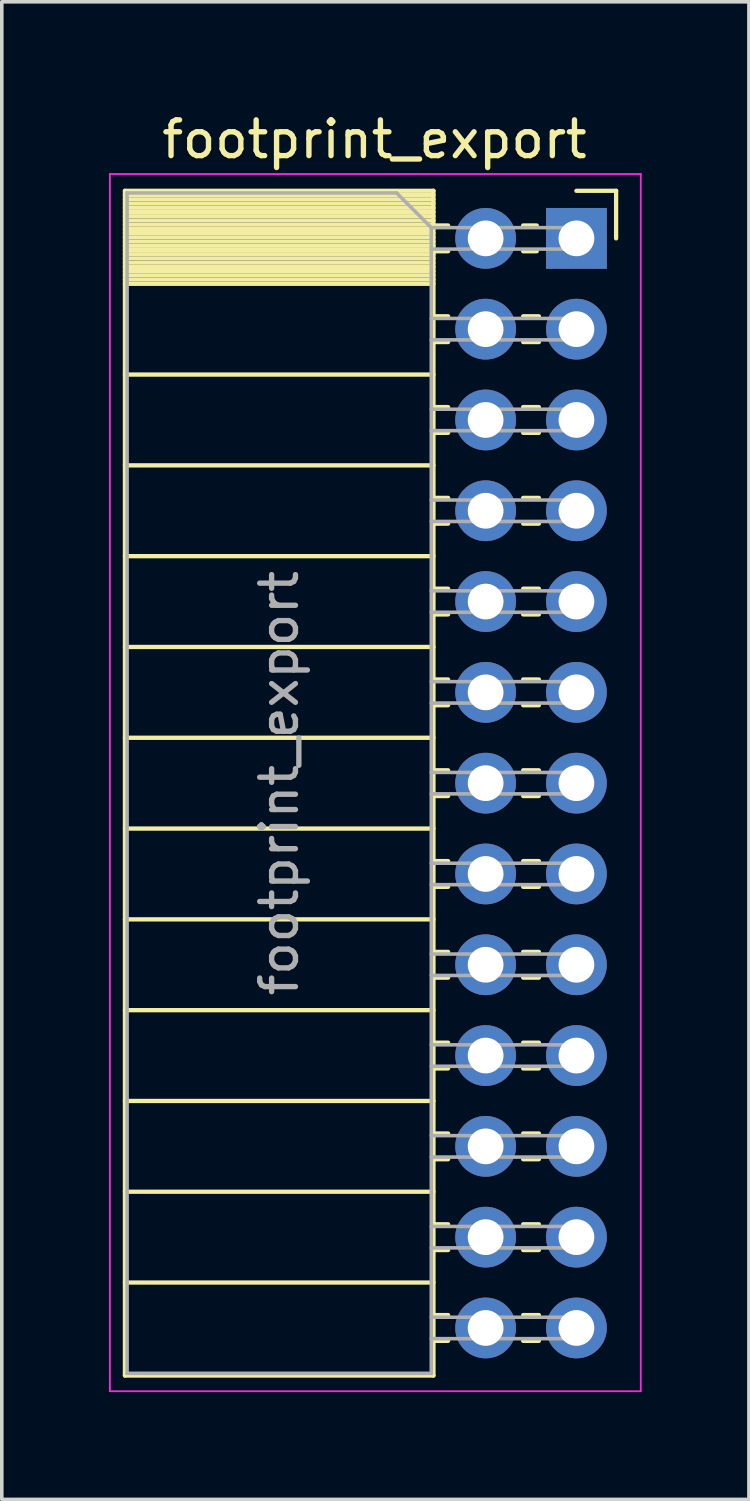
<source format=kicad_pcb>
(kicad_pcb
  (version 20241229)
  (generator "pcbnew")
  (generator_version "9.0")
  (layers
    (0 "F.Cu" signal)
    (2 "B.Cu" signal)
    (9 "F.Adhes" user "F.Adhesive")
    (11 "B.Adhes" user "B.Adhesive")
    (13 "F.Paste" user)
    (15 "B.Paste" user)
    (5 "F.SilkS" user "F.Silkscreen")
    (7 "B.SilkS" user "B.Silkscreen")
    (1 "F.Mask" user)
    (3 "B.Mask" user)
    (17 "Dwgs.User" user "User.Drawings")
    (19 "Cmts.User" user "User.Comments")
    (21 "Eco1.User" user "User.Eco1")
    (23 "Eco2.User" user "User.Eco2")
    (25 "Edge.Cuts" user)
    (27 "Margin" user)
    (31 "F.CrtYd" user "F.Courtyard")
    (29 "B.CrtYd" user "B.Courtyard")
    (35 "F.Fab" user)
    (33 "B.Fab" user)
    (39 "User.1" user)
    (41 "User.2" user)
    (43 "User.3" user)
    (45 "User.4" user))
  (footprint "footprint_export"
    (layer "F.Cu")
    (at 13.075 3.618)
    (property "Reference" "footprint_export" (at -5.65 -2.77 0) (layer "F.SilkS") (effects (font (size 1 1) (thickness 0.15))))
    (attr through_hole)
    (fp_line (start -12.63 -1.33) (end -12.63 31.81) (stroke (width 0.12) (type solid)) (layer "F.SilkS"))
    (fp_line (start -12.63 -1.33) (end -4 -1.33) (stroke (width 0.12) (type solid)) (layer "F.SilkS"))
    (fp_line (start -12.63 -1.21) (end -4 -1.21) (stroke (width 0.12) (type solid)) (layer "F.SilkS"))
    (fp_line (start -12.63 -1.092) (end -4 -1.092) (stroke (width 0.12) (type solid)) (layer "F.SilkS"))
    (fp_line (start -12.63 -0.974) (end -4 -0.974) (stroke (width 0.12) (type solid)) (layer "F.SilkS"))
    (fp_line (start -12.63 -0.856) (end -4 -0.856) (stroke (width 0.12) (type solid)) (layer "F.SilkS"))
    (fp_line (start -12.63 -0.738) (end -4 -0.738) (stroke (width 0.12) (type solid)) (layer "F.SilkS"))
    (fp_line (start -12.63 -0.62) (end -4 -0.62) (stroke (width 0.12) (type solid)) (layer "F.SilkS"))
    (fp_line (start -12.63 -0.501) (end -4 -0.501) (stroke (width 0.12) (type solid)) (layer "F.SilkS"))
    (fp_line (start -12.63 -0.383) (end -4 -0.383) (stroke (width 0.12) (type solid)) (layer "F.SilkS"))
    (fp_line (start -12.63 -0.265) (end -4 -0.265) (stroke (width 0.12) (type solid)) (layer "F.SilkS"))
    (fp_line (start -12.63 -0.147) (end -4 -0.147) (stroke (width 0.12) (type solid)) (layer "F.SilkS"))
    (fp_line (start -12.63 -0.029) (end -4 -0.029) (stroke (width 0.12) (type solid)) (layer "F.SilkS"))
    (fp_line (start -12.63 0.089) (end -4 0.089) (stroke (width 0.12) (type solid)) (layer "F.SilkS"))
    (fp_line (start -12.63 0.207) (end -4 0.207) (stroke (width 0.12) (type solid)) (layer "F.SilkS"))
    (fp_line (start -12.63 0.325) (end -4 0.325) (stroke (width 0.12) (type solid)) (layer "F.SilkS"))
    (fp_line (start -12.63 0.443) (end -4 0.443) (stroke (width 0.12) (type solid)) (layer "F.SilkS"))
    (fp_line (start -12.63 0.561) (end -4 0.561) (stroke (width 0.12) (type solid)) (layer "F.SilkS"))
    (fp_line (start -12.63 0.68) (end -4 0.68) (stroke (width 0.12) (type solid)) (layer "F.SilkS"))
    (fp_line (start -12.63 0.798) (end -4 0.798) (stroke (width 0.12) (type solid)) (layer "F.SilkS"))
    (fp_line (start -12.63 0.916) (end -4 0.916) (stroke (width 0.12) (type solid)) (layer "F.SilkS"))
    (fp_line (start -12.63 1.034) (end -4 1.034) (stroke (width 0.12) (type solid)) (layer "F.SilkS"))
    (fp_line (start -12.63 1.152) (end -4 1.152) (stroke (width 0.12) (type solid)) (layer "F.SilkS"))
    (fp_line (start -12.63 1.27) (end -4 1.27) (stroke (width 0.12) (type solid)) (layer "F.SilkS"))
    (fp_line (start -12.63 3.81) (end -4 3.81) (stroke (width 0.12) (type solid)) (layer "F.SilkS"))
    (fp_line (start -12.63 6.35) (end -4 6.35) (stroke (width 0.12) (type solid)) (layer "F.SilkS"))
    (fp_line (start -12.63 8.89) (end -4 8.89) (stroke (width 0.12) (type solid)) (layer "F.SilkS"))
    (fp_line (start -12.63 11.43) (end -4 11.43) (stroke (width 0.12) (type solid)) (layer "F.SilkS"))
    (fp_line (start -12.63 13.97) (end -4 13.97) (stroke (width 0.12) (type solid)) (layer "F.SilkS"))
    (fp_line (start -12.63 16.51) (end -4 16.51) (stroke (width 0.12) (type solid)) (layer "F.SilkS"))
    (fp_line (start -12.63 19.05) (end -4 19.05) (stroke (width 0.12) (type solid)) (layer "F.SilkS"))
    (fp_line (start -12.63 21.59) (end -4 21.59) (stroke (width 0.12) (type solid)) (layer "F.SilkS"))
    (fp_line (start -12.63 24.13) (end -4 24.13) (stroke (width 0.12) (type solid)) (layer "F.SilkS"))
    (fp_line (start -12.63 26.67) (end -4 26.67) (stroke (width 0.12) (type solid)) (layer "F.SilkS"))
    (fp_line (start -12.63 29.21) (end -4 29.21) (stroke (width 0.12) (type solid)) (layer "F.SilkS"))
    (fp_line (start -12.63 31.81) (end -4 31.81) (stroke (width 0.12) (type solid)) (layer "F.SilkS"))
    (fp_line (start -4 -1.33) (end -4 31.81) (stroke (width 0.12) (type solid)) (layer "F.SilkS"))
    (fp_line (start -4 -0.36) (end -3.59 -0.36) (stroke (width 0.12) (type solid)) (layer "F.SilkS"))
    (fp_line (start -4 0.36) (end -3.59 0.36) (stroke (width 0.12) (type solid)) (layer "F.SilkS"))
    (fp_line (start -4 2.18) (end -3.59 2.18) (stroke (width 0.12) (type solid)) (layer "F.SilkS"))
    (fp_line (start -4 2.9) (end -3.59 2.9) (stroke (width 0.12) (type solid)) (layer "F.SilkS"))
    (fp_line (start -4 4.72) (end -3.59 4.72) (stroke (width 0.12) (type solid)) (layer "F.SilkS"))
    (fp_line (start -4 5.44) (end -3.59 5.44) (stroke (width 0.12) (type solid)) (layer "F.SilkS"))
    (fp_line (start -4 7.26) (end -3.59 7.26) (stroke (width 0.12) (type solid)) (layer "F.SilkS"))
    (fp_line (start -4 7.98) (end -3.59 7.98) (stroke (width 0.12) (type solid)) (layer "F.SilkS"))
    (fp_line (start -4 9.8) (end -3.59 9.8) (stroke (width 0.12) (type solid)) (layer "F.SilkS"))
    (fp_line (start -4 10.52) (end -3.59 10.52) (stroke (width 0.12) (type solid)) (layer "F.SilkS"))
    (fp_line (start -4 12.34) (end -3.59 12.34) (stroke (width 0.12) (type solid)) (layer "F.SilkS"))
    (fp_line (start -4 13.06) (end -3.59 13.06) (stroke (width 0.12) (type solid)) (layer "F.SilkS"))
    (fp_line (start -4 14.88) (end -3.59 14.88) (stroke (width 0.12) (type solid)) (layer "F.SilkS"))
    (fp_line (start -4 15.6) (end -3.59 15.6) (stroke (width 0.12) (type solid)) (layer "F.SilkS"))
    (fp_line (start -4 17.42) (end -3.59 17.42) (stroke (width 0.12) (type solid)) (layer "F.SilkS"))
    (fp_line (start -4 18.14) (end -3.59 18.14) (stroke (width 0.12) (type solid)) (layer "F.SilkS"))
    (fp_line (start -4 19.96) (end -3.59 19.96) (stroke (width 0.12) (type solid)) (layer "F.SilkS"))
    (fp_line (start -4 20.68) (end -3.59 20.68) (stroke (width 0.12) (type solid)) (layer "F.SilkS"))
    (fp_line (start -4 22.5) (end -3.59 22.5) (stroke (width 0.12) (type solid)) (layer "F.SilkS"))
    (fp_line (start -4 23.22) (end -3.59 23.22) (stroke (width 0.12) (type solid)) (layer "F.SilkS"))
    (fp_line (start -4 25.04) (end -3.59 25.04) (stroke (width 0.12) (type solid)) (layer "F.SilkS"))
    (fp_line (start -4 25.76) (end -3.59 25.76) (stroke (width 0.12) (type solid)) (layer "F.SilkS"))
    (fp_line (start -4 27.58) (end -3.59 27.58) (stroke (width 0.12) (type solid)) (layer "F.SilkS"))
    (fp_line (start -4 28.3) (end -3.59 28.3) (stroke (width 0.12) (type solid)) (layer "F.SilkS"))
    (fp_line (start -4 30.12) (end -3.59 30.12) (stroke (width 0.12) (type solid)) (layer "F.SilkS"))
    (fp_line (start -4 30.84) (end -3.59 30.84) (stroke (width 0.12) (type solid)) (layer "F.SilkS"))
    (fp_line (start -1.49 -0.36) (end -1.11 -0.36) (stroke (width 0.12) (type solid)) (layer "F.SilkS"))
    (fp_line (start -1.49 0.36) (end -1.11 0.36) (stroke (width 0.12) (type solid)) (layer "F.SilkS"))
    (fp_line (start -1.49 2.18) (end -1.05 2.18) (stroke (width 0.12) (type solid)) (layer "F.SilkS"))
    (fp_line (start -1.49 2.9) (end -1.05 2.9) (stroke (width 0.12) (type solid)) (layer "F.SilkS"))
    (fp_line (start -1.49 4.72) (end -1.05 4.72) (stroke (width 0.12) (type solid)) (layer "F.SilkS"))
    (fp_line (start -1.49 5.44) (end -1.05 5.44) (stroke (width 0.12) (type solid)) (layer "F.SilkS"))
    (fp_line (start -1.49 7.26) (end -1.05 7.26) (stroke (width 0.12) (type solid)) (layer "F.SilkS"))
    (fp_line (start -1.49 7.98) (end -1.05 7.98) (stroke (width 0.12) (type solid)) (layer "F.SilkS"))
    (fp_line (start -1.49 9.8) (end -1.05 9.8) (stroke (width 0.12) (type solid)) (layer "F.SilkS"))
    (fp_line (start -1.49 10.52) (end -1.05 10.52) (stroke (width 0.12) (type solid)) (layer "F.SilkS"))
    (fp_line (start -1.49 12.34) (end -1.05 12.34) (stroke (width 0.12) (type solid)) (layer "F.SilkS"))
    (fp_line (start -1.49 13.06) (end -1.05 13.06) (stroke (width 0.12) (type solid)) (layer "F.SilkS"))
    (fp_line (start -1.49 14.88) (end -1.05 14.88) (stroke (width 0.12) (type solid)) (layer "F.SilkS"))
    (fp_line (start -1.49 15.6) (end -1.05 15.6) (stroke (width 0.12) (type solid)) (layer "F.SilkS"))
    (fp_line (start -1.49 17.42) (end -1.05 17.42) (stroke (width 0.12) (type solid)) (layer "F.SilkS"))
    (fp_line (start -1.49 18.14) (end -1.05 18.14) (stroke (width 0.12) (type solid)) (layer "F.SilkS"))
    (fp_line (start -1.49 19.96) (end -1.05 19.96) (stroke (width 0.12) (type solid)) (layer "F.SilkS"))
    (fp_line (start -1.49 20.68) (end -1.05 20.68) (stroke (width 0.12) (type solid)) (layer "F.SilkS"))
    (fp_line (start -1.49 22.5) (end -1.05 22.5) (stroke (width 0.12) (type solid)) (layer "F.SilkS"))
    (fp_line (start -1.49 23.22) (end -1.05 23.22) (stroke (width 0.12) (type solid)) (layer "F.SilkS"))
    (fp_line (start -1.49 25.04) (end -1.05 25.04) (stroke (width 0.12) (type solid)) (layer "F.SilkS"))
    (fp_line (start -1.49 25.76) (end -1.05 25.76) (stroke (width 0.12) (type solid)) (layer "F.SilkS"))
    (fp_line (start -1.49 27.58) (end -1.05 27.58) (stroke (width 0.12) (type solid)) (layer "F.SilkS"))
    (fp_line (start -1.49 28.3) (end -1.05 28.3) (stroke (width 0.12) (type solid)) (layer "F.SilkS"))
    (fp_line (start -1.49 30.12) (end -1.05 30.12) (stroke (width 0.12) (type solid)) (layer "F.SilkS"))
    (fp_line (start -1.49 30.84) (end -1.05 30.84) (stroke (width 0.12) (type solid)) (layer "F.SilkS"))
    (fp_line (start 0 -1.33) (end 1.11 -1.33) (stroke (width 0.12) (type solid)) (layer "F.SilkS"))
    (fp_line (start 1.11 -1.33) (end 1.11 0) (stroke (width 0.12) (type solid)) (layer "F.SilkS"))
    (fp_line (start -13.05 -1.8) (end -13.05 32.25) (stroke (width 0.05) (type solid)) (layer "F.CrtYd"))
    (fp_line (start -13.05 32.25) (end 1.8 32.25) (stroke (width 0.05) (type solid)) (layer "F.CrtYd"))
    (fp_line (start 1.8 -1.8) (end -13.05 -1.8) (stroke (width 0.05) (type solid)) (layer "F.CrtYd"))
    (fp_line (start 1.8 32.25) (end 1.8 -1.8) (stroke (width 0.05) (type solid)) (layer "F.CrtYd"))
    (fp_line (start -12.57 -1.27) (end -5.03 -1.27) (stroke (width 0.1) (type solid)) (layer "F.Fab"))
    (fp_line (start -12.57 31.75) (end -12.57 -1.27) (stroke (width 0.1) (type solid)) (layer "F.Fab"))
    (fp_line (start -5.03 -1.27) (end -4.06 -0.3) (stroke (width 0.1) (type solid)) (layer "F.Fab"))
    (fp_line (start -4.06 -0.3) (end -4.06 31.75) (stroke (width 0.1) (type solid)) (layer "F.Fab"))
    (fp_line (start -4.06 0.3) (end 0 0.3) (stroke (width 0.1) (type solid)) (layer "F.Fab"))
    (fp_line (start -4.06 2.84) (end 0 2.84) (stroke (width 0.1) (type solid)) (layer "F.Fab"))
    (fp_line (start -4.06 5.38) (end 0 5.38) (stroke (width 0.1) (type solid)) (layer "F.Fab"))
    (fp_line (start -4.06 7.92) (end 0 7.92) (stroke (width 0.1) (type solid)) (layer "F.Fab"))
    (fp_line (start -4.06 10.46) (end 0 10.46) (stroke (width 0.1) (type solid)) (layer "F.Fab"))
    (fp_line (start -4.06 13) (end 0 13) (stroke (width 0.1) (type solid)) (layer "F.Fab"))
    (fp_line (start -4.06 15.54) (end 0 15.54) (stroke (width 0.1) (type solid)) (layer "F.Fab"))
    (fp_line (start -4.06 18.08) (end 0 18.08) (stroke (width 0.1) (type solid)) (layer "F.Fab"))
    (fp_line (start -4.06 20.62) (end 0 20.62) (stroke (width 0.1) (type solid)) (layer "F.Fab"))
    (fp_line (start -4.06 23.16) (end 0 23.16) (stroke (width 0.1) (type solid)) (layer "F.Fab"))
    (fp_line (start -4.06 25.7) (end 0 25.7) (stroke (width 0.1) (type solid)) (layer "F.Fab"))
    (fp_line (start -4.06 28.24) (end 0 28.24) (stroke (width 0.1) (type solid)) (layer "F.Fab"))
    (fp_line (start -4.06 30.78) (end 0 30.78) (stroke (width 0.1) (type solid)) (layer "F.Fab"))
    (fp_line (start -4.06 31.75) (end -12.57 31.75) (stroke (width 0.1) (type solid)) (layer "F.Fab"))
    (fp_line (start 0 -0.3) (end -4.06 -0.3) (stroke (width 0.1) (type solid)) (layer "F.Fab"))
    (fp_line (start 0 0.3) (end 0 -0.3) (stroke (width 0.1) (type solid)) (layer "F.Fab"))
    (fp_line (start 0 2.24) (end -4.06 2.24) (stroke (width 0.1) (type solid)) (layer "F.Fab"))
    (fp_line (start 0 2.84) (end 0 2.24) (stroke (width 0.1) (type solid)) (layer "F.Fab"))
    (fp_line (start 0 4.78) (end -4.06 4.78) (stroke (width 0.1) (type solid)) (layer "F.Fab"))
    (fp_line (start 0 5.38) (end 0 4.78) (stroke (width 0.1) (type solid)) (layer "F.Fab"))
    (fp_line (start 0 7.32) (end -4.06 7.32) (stroke (width 0.1) (type solid)) (layer "F.Fab"))
    (fp_line (start 0 7.92) (end 0 7.32) (stroke (width 0.1) (type solid)) (layer "F.Fab"))
    (fp_line (start 0 9.86) (end -4.06 9.86) (stroke (width 0.1) (type solid)) (layer "F.Fab"))
    (fp_line (start 0 10.46) (end 0 9.86) (stroke (width 0.1) (type solid)) (layer "F.Fab"))
    (fp_line (start 0 12.4) (end -4.06 12.4) (stroke (width 0.1) (type solid)) (layer "F.Fab"))
    (fp_line (start 0 13) (end 0 12.4) (stroke (width 0.1) (type solid)) (layer "F.Fab"))
    (fp_line (start 0 14.94) (end -4.06 14.94) (stroke (width 0.1) (type solid)) (layer "F.Fab"))
    (fp_line (start 0 15.54) (end 0 14.94) (stroke (width 0.1) (type solid)) (layer "F.Fab"))
    (fp_line (start 0 17.48) (end -4.06 17.48) (stroke (width 0.1) (type solid)) (layer "F.Fab"))
    (fp_line (start 0 18.08) (end 0 17.48) (stroke (width 0.1) (type solid)) (layer "F.Fab"))
    (fp_line (start 0 20.02) (end -4.06 20.02) (stroke (width 0.1) (type solid)) (layer "F.Fab"))
    (fp_line (start 0 20.62) (end 0 20.02) (stroke (width 0.1) (type solid)) (layer "F.Fab"))
    (fp_line (start 0 22.56) (end -4.06 22.56) (stroke (width 0.1) (type solid)) (layer "F.Fab"))
    (fp_line (start 0 23.16) (end 0 22.56) (stroke (width 0.1) (type solid)) (layer "F.Fab"))
    (fp_line (start 0 25.1) (end -4.06 25.1) (stroke (width 0.1) (type solid)) (layer "F.Fab"))
    (fp_line (start 0 25.7) (end 0 25.1) (stroke (width 0.1) (type solid)) (layer "F.Fab"))
    (fp_line (start 0 27.64) (end -4.06 27.64) (stroke (width 0.1) (type solid)) (layer "F.Fab"))
    (fp_line (start 0 28.24) (end 0 27.64) (stroke (width 0.1) (type solid)) (layer "F.Fab"))
    (fp_line (start 0 30.18) (end -4.06 30.18) (stroke (width 0.1) (type solid)) (layer "F.Fab"))
    (fp_line (start 0 30.78) (end 0 30.18) (stroke (width 0.1) (type solid)) (layer "F.Fab"))
    (fp_text user "${REFERENCE}" (at -8.315 15.24 90) (layer "F.Fab") (effects (font (size 1 1) (thickness 0.15))))
    (pad "1" thru_hole rect (at 0 0) (size 1.7 1.7) (drill 1) (layers "*.Cu" "*.Mask"))
    (pad "2" thru_hole oval (at -2.54 0) (size 1.7 1.7) (drill 1) (layers "*.Cu" "*.Mask"))
    (pad "3" thru_hole oval (at 0 2.54) (size 1.7 1.7) (drill 1) (layers "*.Cu" "*.Mask"))
    (pad "4" thru_hole oval (at -2.54 2.54) (size 1.7 1.7) (drill 1) (layers "*.Cu" "*.Mask"))
    (pad "5" thru_hole oval (at 0 5.08) (size 1.7 1.7) (drill 1) (layers "*.Cu" "*.Mask"))
    (pad "6" thru_hole oval (at -2.54 5.08) (size 1.7 1.7) (drill 1) (layers "*.Cu" "*.Mask"))
    (pad "7" thru_hole oval (at 0 7.62) (size 1.7 1.7) (drill 1) (layers "*.Cu" "*.Mask"))
    (pad "8" thru_hole oval (at -2.54 7.62) (size 1.7 1.7) (drill 1) (layers "*.Cu" "*.Mask"))
    (pad "9" thru_hole oval (at 0 10.16) (size 1.7 1.7) (drill 1) (layers "*.Cu" "*.Mask"))
    (pad "10" thru_hole oval (at -2.54 10.16) (size 1.7 1.7) (drill 1) (layers "*.Cu" "*.Mask"))
    (pad "11" thru_hole oval (at 0 12.7) (size 1.7 1.7) (drill 1) (layers "*.Cu" "*.Mask"))
    (pad "12" thru_hole oval (at -2.54 12.7) (size 1.7 1.7) (drill 1) (layers "*.Cu" "*.Mask"))
    (pad "13" thru_hole oval (at 0 15.24) (size 1.7 1.7) (drill 1) (layers "*.Cu" "*.Mask"))
    (pad "14" thru_hole oval (at -2.54 15.24) (size 1.7 1.7) (drill 1) (layers "*.Cu" "*.Mask"))
    (pad "15" thru_hole oval (at 0 17.78) (size 1.7 1.7) (drill 1) (layers "*.Cu" "*.Mask"))
    (pad "16" thru_hole oval (at -2.54 17.78) (size 1.7 1.7) (drill 1) (layers "*.Cu" "*.Mask"))
    (pad "17" thru_hole oval (at 0 20.32) (size 1.7 1.7) (drill 1) (layers "*.Cu" "*.Mask"))
    (pad "18" thru_hole oval (at -2.54 20.32) (size 1.7 1.7) (drill 1) (layers "*.Cu" "*.Mask"))
    (pad "19" thru_hole oval (at 0 22.86) (size 1.7 1.7) (drill 1) (layers "*.Cu" "*.Mask"))
    (pad "20" thru_hole oval (at -2.54 22.86) (size 1.7 1.7) (drill 1) (layers "*.Cu" "*.Mask"))
    (pad "21" thru_hole oval (at 0 25.4) (size 1.7 1.7) (drill 1) (layers "*.Cu" "*.Mask"))
    (pad "22" thru_hole oval (at -2.54 25.4) (size 1.7 1.7) (drill 1) (layers "*.Cu" "*.Mask"))
    (pad "23" thru_hole oval (at 0 27.94) (size 1.7 1.7) (drill 1) (layers "*.Cu" "*.Mask"))
    (pad "24" thru_hole oval (at -2.54 27.94) (size 1.7 1.7) (drill 1) (layers "*.Cu" "*.Mask"))
    (pad "25" thru_hole oval (at 0 30.48) (size 1.7 1.7) (drill 1) (layers "*.Cu" "*.Mask"))
    (pad "26" thru_hole oval (at -2.54 30.48) (size 1.7 1.7) (drill 1) (layers "*.Cu" "*.Mask")))
  (gr_rect
    (start -3 -3)
    (end 17.9 38.893)
    (stroke (width 0.1) (type default))
    (fill no)
    (layer "Edge.Cuts")))
</source>
